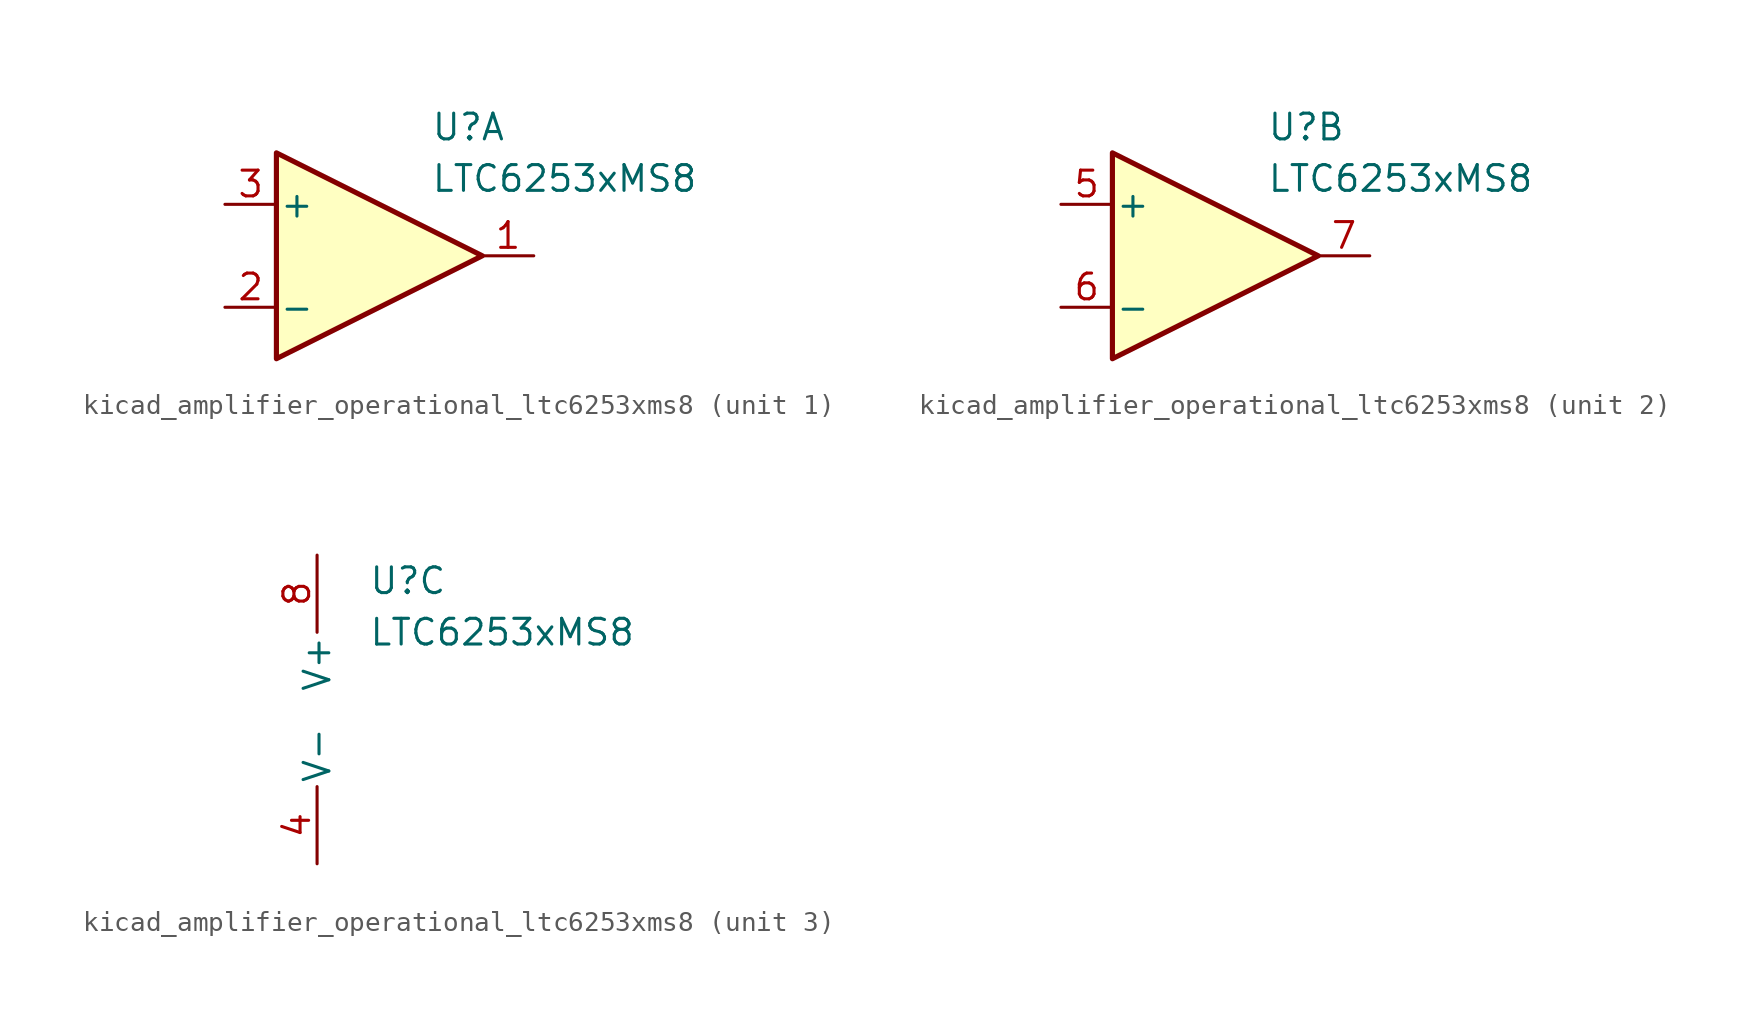
<source format=kicad_sym>
(kicad_symbol_lib
  (version 20220914)
  (generator kicad_symbol_editor)
  (symbol "kicad_amplifier_operational_ltc6253xms8"
    (pin_names
      (offset 0.127))
    (property "Reference" "U"
      (at 2.54 6.35 0)
      (effects (font (size 1.27 1.27)) (justify left)))
    (property "Value" "LTC6253xMS8"
      (at 2.54 3.81 0)
      (effects (font (size 1.27 1.27)) (justify left)))
    (property "ki_locked" ""
      (at 0 0 0)
      (effects (font (size 1.27 1.27))))
    (symbol "kicad_amplifier_operational_ltc6253xms8_1_1"
      (polyline (pts (xy 5.08 0) (xy -5.08 5.08) (xy -5.08 -5.08) (xy 5.08 0)) (stroke (width 0.254) (type default)) (fill (type background)))
      (pin output line (at 7.62 0 180) (length 2.54) (name "~" (effects (font (size 1.27 1.27)))) (number "1" (effects (font (size 1.27 1.27)))))
      (pin input line (at -7.62 -2.54 0) (length 2.54) (name "-" (effects (font (size 1.27 1.27)))) (number "2" (effects (font (size 1.27 1.27)))))
      (pin input line (at -7.62 2.54 0) (length 2.54) (name "+" (effects (font (size 1.27 1.27)))) (number "3" (effects (font (size 1.27 1.27))))))
    (symbol "kicad_amplifier_operational_ltc6253xms8_2_1"
      (polyline (pts (xy 5.08 0) (xy -5.08 5.08) (xy -5.08 -5.08) (xy 5.08 0)) (stroke (width 0.254) (type default)) (fill (type background)))
      (pin input line (at -7.62 2.54 0) (length 2.54) (name "+" (effects (font (size 1.27 1.27)))) (number "5" (effects (font (size 1.27 1.27)))))
      (pin input line (at -7.62 -2.54 0) (length 2.54) (name "-" (effects (font (size 1.27 1.27)))) (number "6" (effects (font (size 1.27 1.27)))))
      (pin output line (at 7.62 0 180) (length 2.54) (name "~" (effects (font (size 1.27 1.27)))) (number "7" (effects (font (size 1.27 1.27))))))
    (symbol "kicad_amplifier_operational_ltc6253xms8_3_1"
      (pin power_in line (at 0 -7.62 90) (length 3.81) (name "V-" (effects (font (size 1.27 1.27)))) (number "4" (effects (font (size 1.27 1.27)))))
      (pin power_in line (at 0 7.62 270) (length 3.81) (name "V+" (effects (font (size 1.27 1.27)))) (number "8" (effects (font (size 1.27 1.27))))))))
</source>
